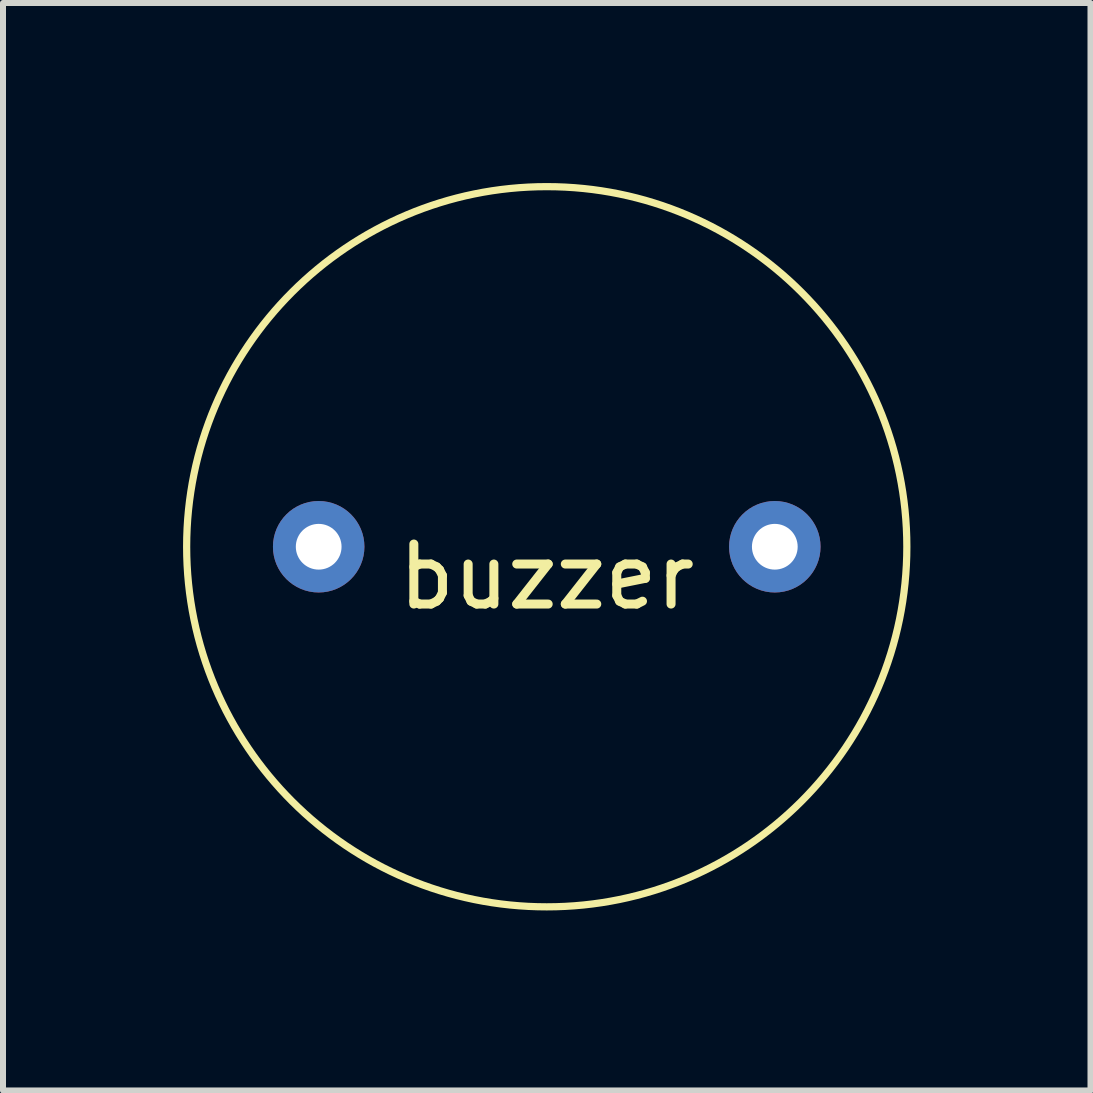
<source format=kicad_pcb>
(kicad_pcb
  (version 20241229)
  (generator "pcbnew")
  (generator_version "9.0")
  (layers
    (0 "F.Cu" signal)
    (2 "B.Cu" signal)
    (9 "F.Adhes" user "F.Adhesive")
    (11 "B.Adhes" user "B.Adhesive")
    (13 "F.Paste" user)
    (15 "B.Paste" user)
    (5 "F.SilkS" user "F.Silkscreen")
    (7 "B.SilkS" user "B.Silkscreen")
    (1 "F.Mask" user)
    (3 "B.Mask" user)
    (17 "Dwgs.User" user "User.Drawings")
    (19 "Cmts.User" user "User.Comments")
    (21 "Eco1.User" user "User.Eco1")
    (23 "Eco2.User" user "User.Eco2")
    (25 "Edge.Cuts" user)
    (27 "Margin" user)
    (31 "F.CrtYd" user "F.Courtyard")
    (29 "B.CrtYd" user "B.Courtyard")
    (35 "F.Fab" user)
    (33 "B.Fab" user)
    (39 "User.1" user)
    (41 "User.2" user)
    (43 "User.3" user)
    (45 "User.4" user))
  (footprint "buzzer"
    (layer "F.Cu")
    (at 6.06 6.06)
    (property "Reference" "buzzer" (at 0 0.5 0) (layer "F.SilkS") (effects (font (size 1 1) (thickness 0.15))))
    (attr through_hole)
    (fp_circle (center 0 0) (end 6 0) (stroke (width 0.12) (type solid)) (fill no) (layer "F.SilkS"))
    (pad "1" thru_hole circle (at -3.8 0) (size 1.524 1.524) (drill 0.762) (layers "*.Cu" "*.Mask"))
    (pad "2" thru_hole circle (at 3.8 0) (size 1.524 1.524) (drill 0.762) (layers "*.Cu" "*.Mask")))
  (gr_rect
    (start -3 -3)
    (end 15.12 15.12)
    (stroke (width 0.1) (type default))
    (fill no)
    (layer "Edge.Cuts")))
</source>
